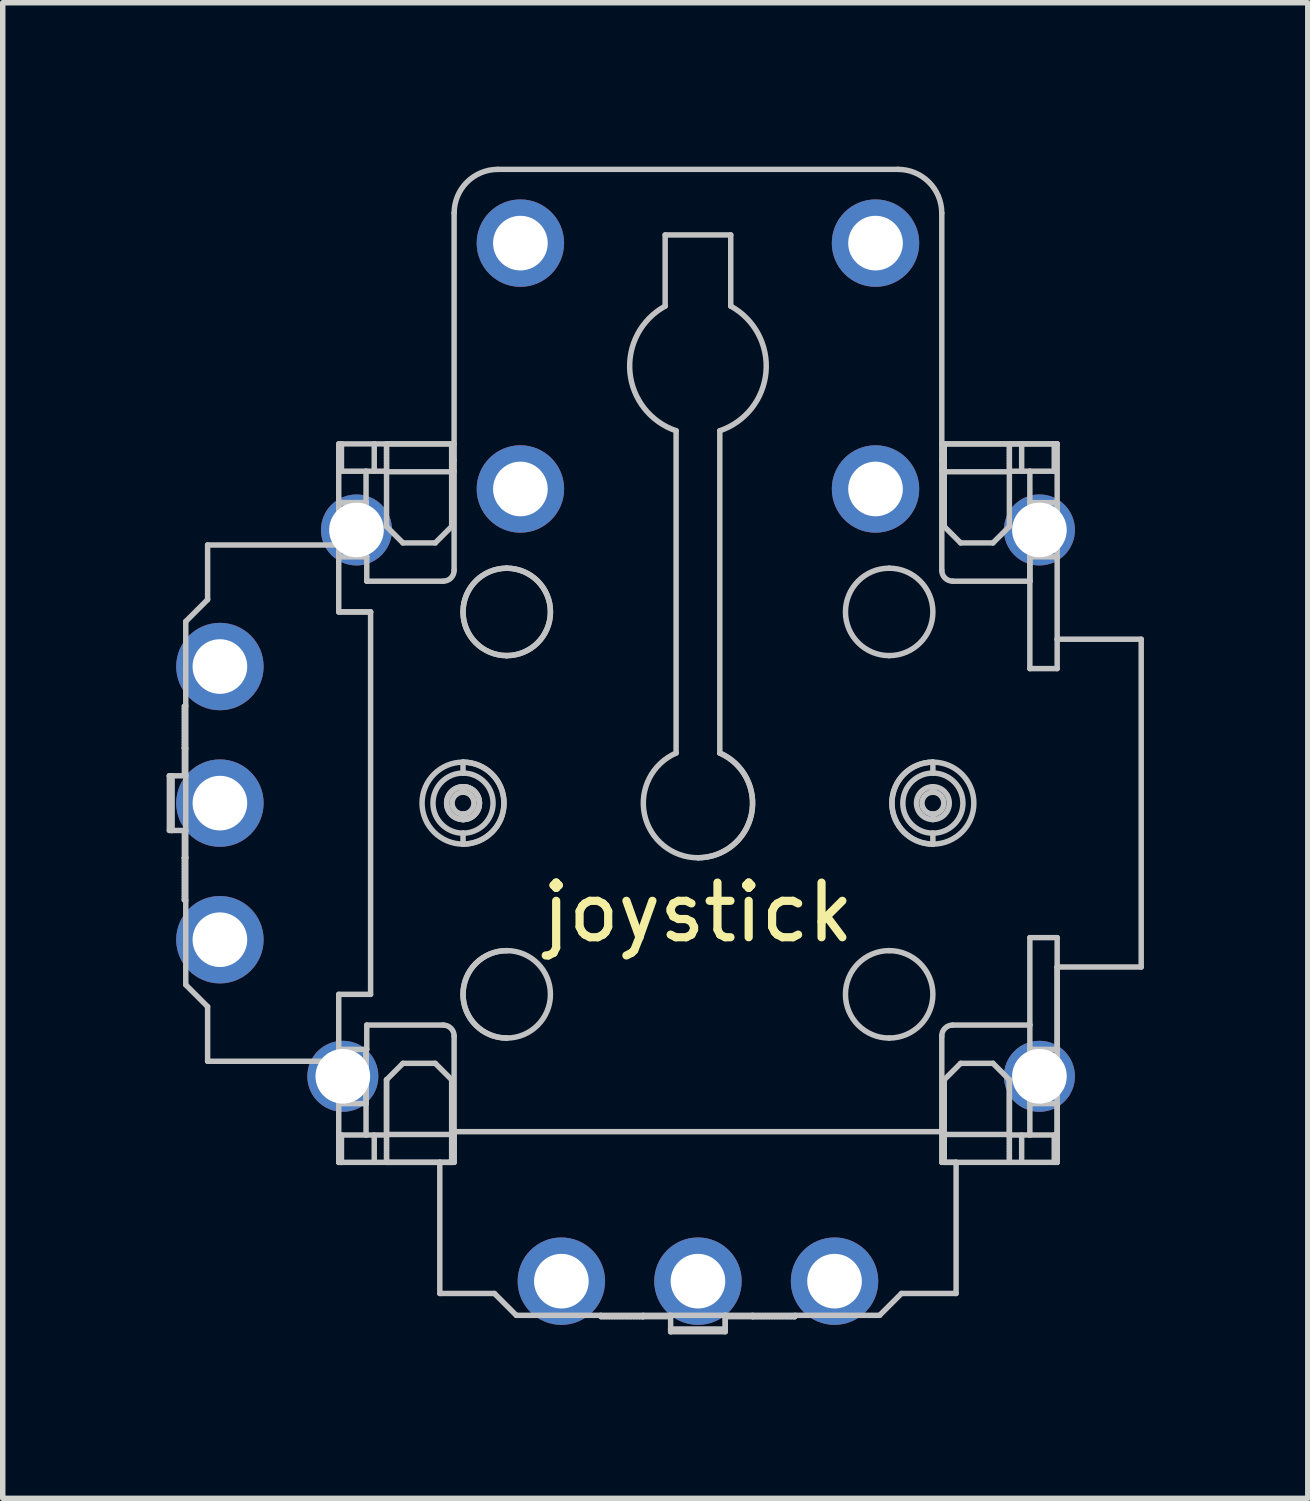
<source format=kicad_pcb>
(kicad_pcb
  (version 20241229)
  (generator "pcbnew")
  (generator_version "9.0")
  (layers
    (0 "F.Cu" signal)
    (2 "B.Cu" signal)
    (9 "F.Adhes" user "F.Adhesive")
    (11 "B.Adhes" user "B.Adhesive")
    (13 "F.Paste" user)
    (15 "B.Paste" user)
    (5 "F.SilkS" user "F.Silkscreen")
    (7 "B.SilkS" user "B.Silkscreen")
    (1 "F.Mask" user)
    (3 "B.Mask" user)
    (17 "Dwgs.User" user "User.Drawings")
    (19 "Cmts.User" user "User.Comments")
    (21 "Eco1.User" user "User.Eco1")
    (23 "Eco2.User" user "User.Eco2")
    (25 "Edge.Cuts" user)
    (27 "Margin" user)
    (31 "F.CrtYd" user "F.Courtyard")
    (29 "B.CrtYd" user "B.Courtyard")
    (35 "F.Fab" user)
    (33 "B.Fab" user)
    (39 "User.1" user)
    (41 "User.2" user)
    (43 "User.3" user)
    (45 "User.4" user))
  (footprint "joystick"
    (layer "F.Cu")
    (at 9.725 11.65)
    (property "Reference" "joystick" (at 0 2 0) (layer "F.SilkS") (effects (font (size 1 1) (thickness 0.15))))
    (attr through_hole)
    (fp_line (start -9.675 -0.5) (end -9.675 0.5) (stroke (width 0.1) (type solid)) (layer "Dwgs.User"))
    (fp_line (start -9.675 0.5) (end -9.625 0.5) (stroke (width 0.1) (type solid)) (layer "Dwgs.User"))
    (fp_line (start -9.675 -0.5) (end -9.675 -0.5) (stroke (width 0.1) (type solid)) (layer "Dwgs.User"))
    (fp_line (start -9.625 0.5) (end -9.625 0.5) (stroke (width 0.1) (type solid)) (layer "Dwgs.User"))
    (fp_line (start -9.625 -0.5) (end -9.675 -0.5) (stroke (width 0.1) (type solid)) (layer "Dwgs.User"))
    (fp_line (start -9.625 0.5) (end -9.625 -0.5) (stroke (width 0.1) (type solid)) (layer "Dwgs.User"))
    (fp_line (start -9.4 -1.773) (end -9.4 -1.723) (stroke (width 0.1) (type solid)) (layer "Dwgs.User"))
    (fp_line (start -9.4 -1.773) (end -9.375 -1.78) (stroke (width 0.1) (type solid)) (layer "Dwgs.User"))
    (fp_line (start -9.4 -1.723) (end -9.4 -1.673) (stroke (width 0.1) (type solid)) (layer "Dwgs.User"))
    (fp_line (start -9.4 -1.673) (end -9.4 -1.623) (stroke (width 0.1) (type solid)) (layer "Dwgs.User"))
    (fp_line (start -9.4 -1.623) (end -9.4 -1.573) (stroke (width 0.1) (type solid)) (layer "Dwgs.User"))
    (fp_line (start -9.4 -1.573) (end -9.4 -1.523) (stroke (width 0.1) (type solid)) (layer "Dwgs.User"))
    (fp_line (start -9.4 -1.523) (end -9.4 -1.473) (stroke (width 0.1) (type solid)) (layer "Dwgs.User"))
    (fp_line (start -9.4 -1.473) (end -9.4 -1.423) (stroke (width 0.1) (type solid)) (layer "Dwgs.User"))
    (fp_line (start -9.4 -1.423) (end -9.4 -1.373) (stroke (width 0.1) (type solid)) (layer "Dwgs.User"))
    (fp_line (start -9.4 -1.373) (end -9.4 -1.323) (stroke (width 0.1) (type solid)) (layer "Dwgs.User"))
    (fp_line (start -9.4 -1.323) (end -9.4 -1.273) (stroke (width 0.1) (type solid)) (layer "Dwgs.User"))
    (fp_line (start -9.4 -1.273) (end -9.4 -1.223) (stroke (width 0.1) (type solid)) (layer "Dwgs.User"))
    (fp_line (start -9.4 -1.223) (end -9.4 -1.173) (stroke (width 0.1) (type solid)) (layer "Dwgs.User"))
    (fp_line (start -9.4 -1.173) (end -9.4 -1.123) (stroke (width 0.1) (type solid)) (layer "Dwgs.User"))
    (fp_line (start -9.4 -1.123) (end -9.4 -1.073) (stroke (width 0.1) (type solid)) (layer "Dwgs.User"))
    (fp_line (start -9.4 -1.073) (end -9.4 -1.023) (stroke (width 0.1) (type solid)) (layer "Dwgs.User"))
    (fp_line (start -9.4 -1.023) (end -9.4 -1.005) (stroke (width 0.1) (type solid)) (layer "Dwgs.User"))
    (fp_line (start -9.4 -1.005) (end -9.4 -0.51) (stroke (width 0.1) (type solid)) (layer "Dwgs.User"))
    (fp_line (start -9.4 -1.005) (end -9.375 -0.999) (stroke (width 0.1) (type solid)) (layer "Dwgs.User"))
    (fp_line (start -9.4 -0.51) (end -9.4 -0.5) (stroke (width 0.1) (type solid)) (layer "Dwgs.User"))
    (fp_line (start -9.4 0.5) (end -9.4 1.005) (stroke (width 0.1) (type solid)) (layer "Dwgs.User"))
    (fp_line (start -9.4 0.5) (end -9.375 0.5) (stroke (width 0.1) (type solid)) (layer "Dwgs.User"))
    (fp_line (start -9.4 1.005) (end -9.4 1.055) (stroke (width 0.1) (type solid)) (layer "Dwgs.User"))
    (fp_line (start -9.4 1.055) (end -9.4 1.105) (stroke (width 0.1) (type solid)) (layer "Dwgs.User"))
    (fp_line (start -9.4 1.105) (end -9.4 1.155) (stroke (width 0.1) (type solid)) (layer "Dwgs.User"))
    (fp_line (start -9.4 1.155) (end -9.4 1.205) (stroke (width 0.1) (type solid)) (layer "Dwgs.User"))
    (fp_line (start -9.4 1.205) (end -9.4 1.255) (stroke (width 0.1) (type solid)) (layer "Dwgs.User"))
    (fp_line (start -9.4 1.255) (end -9.4 1.305) (stroke (width 0.1) (type solid)) (layer "Dwgs.User"))
    (fp_line (start -9.4 1.305) (end -9.4 1.355) (stroke (width 0.1) (type solid)) (layer "Dwgs.User"))
    (fp_line (start -9.4 1.355) (end -9.4 1.405) (stroke (width 0.1) (type solid)) (layer "Dwgs.User"))
    (fp_line (start -9.4 1.405) (end -9.4 1.455) (stroke (width 0.1) (type solid)) (layer "Dwgs.User"))
    (fp_line (start -9.4 1.455) (end -9.4 1.505) (stroke (width 0.1) (type solid)) (layer "Dwgs.User"))
    (fp_line (start -9.4 1.505) (end -9.4 1.555) (stroke (width 0.1) (type solid)) (layer "Dwgs.User"))
    (fp_line (start -9.4 1.555) (end -9.4 1.605) (stroke (width 0.1) (type solid)) (layer "Dwgs.User"))
    (fp_line (start -9.4 1.605) (end -9.4 1.655) (stroke (width 0.1) (type solid)) (layer "Dwgs.User"))
    (fp_line (start -9.4 1.655) (end -9.4 1.705) (stroke (width 0.1) (type solid)) (layer "Dwgs.User"))
    (fp_line (start -9.4 1.705) (end -9.4 1.755) (stroke (width 0.1) (type solid)) (layer "Dwgs.User"))
    (fp_line (start -9.4 1.755) (end -9.4 1.773) (stroke (width 0.1) (type solid)) (layer "Dwgs.User"))
    (fp_line (start -9.4 1.773) (end -9.375 1.78) (stroke (width 0.1) (type solid)) (layer "Dwgs.User"))
    (fp_line (start -9.375 -3.325) (end -9.375 3.325) (stroke (width 0.1) (type solid)) (layer "Dwgs.User"))
    (fp_line (start -9.375 -3.325) (end -8.975 -3.725) (stroke (width 0.1) (type solid)) (layer "Dwgs.User"))
    (fp_line (start -9.375 -0.51) (end -9.4 -0.51) (stroke (width 0.1) (type solid)) (layer "Dwgs.User"))
    (fp_line (start -9.375 -0.5) (end -9.625 -0.5) (stroke (width 0.1) (type solid)) (layer "Dwgs.User"))
    (fp_line (start -9.375 0.5) (end -9.625 0.5) (stroke (width 0.1) (type solid)) (layer "Dwgs.User"))
    (fp_line (start -9.375 0.999) (end -9.4 1.005) (stroke (width 0.1) (type solid)) (layer "Dwgs.User"))
    (fp_line (start -9.375 0.999) (end -9.4 1.005) (stroke (width 0.1) (type solid)) (layer "Dwgs.User"))
    (fp_line (start -8.975 -4.725) (end -8.975 -3.725) (stroke (width 0.1) (type solid)) (layer "Dwgs.User"))
    (fp_line (start -8.975 3.725) (end -9.375 3.325) (stroke (width 0.1) (type solid)) (layer "Dwgs.User"))
    (fp_line (start -8.975 3.725) (end -8.975 4.725) (stroke (width 0.1) (type solid)) (layer "Dwgs.User"))
    (fp_line (start -8.975 4.725) (end -6.575 4.725) (stroke (width 0.1) (type solid)) (layer "Dwgs.User"))
    (fp_line (start -8.875 -2.75) (end -8.875 -2.9) (stroke (width 0.1) (type solid)) (layer "Dwgs.User"))
    (fp_line (start -8.875 -2.25) (end -8.875 -2.75) (stroke (width 0.1) (type solid)) (layer "Dwgs.User"))
    (fp_line (start -8.875 -2.1) (end -8.875 -2.9) (stroke (width 0.1) (type solid)) (layer "Dwgs.User"))
    (fp_line (start -8.875 -2.1) (end -8.875 -2.25) (stroke (width 0.1) (type solid)) (layer "Dwgs.User"))
    (fp_line (start -8.875 -0.25) (end -8.875 -0.4) (stroke (width 0.1) (type solid)) (layer "Dwgs.User"))
    (fp_line (start -8.875 0.25) (end -8.875 -0.25) (stroke (width 0.1) (type solid)) (layer "Dwgs.User"))
    (fp_line (start -8.875 0.4) (end -8.875 0.25) (stroke (width 0.1) (type solid)) (layer "Dwgs.User"))
    (fp_line (start -8.875 2.25) (end -8.875 2.1) (stroke (width 0.1) (type solid)) (layer "Dwgs.User"))
    (fp_line (start -8.875 2.75) (end -8.875 2.25) (stroke (width 0.1) (type solid)) (layer "Dwgs.User"))
    (fp_line (start -8.875 2.9) (end -8.875 2.75) (stroke (width 0.1) (type solid)) (layer "Dwgs.User"))
    (fp_line (start -8.575 -2.9) (end -8.875 -2.9) (stroke (width 0.1) (type solid)) (layer "Dwgs.User"))
    (fp_line (start -8.575 -2.75) (end -8.875 -2.75) (stroke (width 0.1) (type solid)) (layer "Dwgs.User"))
    (fp_line (start -8.575 -2.75) (end -8.575 -2.9) (stroke (width 0.1) (type solid)) (layer "Dwgs.User"))
    (fp_line (start -8.575 -2.25) (end -8.875 -2.25) (stroke (width 0.1) (type solid)) (layer "Dwgs.User"))
    (fp_line (start -8.575 -2.25) (end -8.575 -2.75) (stroke (width 0.1) (type solid)) (layer "Dwgs.User"))
    (fp_line (start -8.575 -2.25) (end -8.575 -2.75) (stroke (width 0.1) (type solid)) (layer "Dwgs.User"))
    (fp_line (start -8.575 -2.1) (end -8.875 -2.1) (stroke (width 0.1) (type solid)) (layer "Dwgs.User"))
    (fp_line (start -8.575 -2.1) (end -8.875 -2.1) (stroke (width 0.1) (type solid)) (layer "Dwgs.User"))
    (fp_line (start -8.575 -2.1) (end -8.575 -2.25) (stroke (width 0.1) (type solid)) (layer "Dwgs.User"))
    (fp_line (start -8.575 -0.4) (end -8.875 -0.4) (stroke (width 0.1) (type solid)) (layer "Dwgs.User"))
    (fp_line (start -8.575 -0.25) (end -8.875 -0.25) (stroke (width 0.1) (type solid)) (layer "Dwgs.User"))
    (fp_line (start -8.575 -0.25) (end -8.575 -0.4) (stroke (width 0.1) (type solid)) (layer "Dwgs.User"))
    (fp_line (start -8.575 0.25) (end -8.875 0.25) (stroke (width 0.1) (type solid)) (layer "Dwgs.User"))
    (fp_line (start -8.575 0.25) (end -8.875 0.25) (stroke (width 0.1) (type solid)) (layer "Dwgs.User"))
    (fp_line (start -8.575 0.25) (end -8.575 -0.25) (stroke (width 0.1) (type solid)) (layer "Dwgs.User"))
    (fp_line (start -8.575 0.25) (end -8.575 -0.25) (stroke (width 0.1) (type solid)) (layer "Dwgs.User"))
    (fp_line (start -8.575 0.4) (end -8.875 0.4) (stroke (width 0.1) (type solid)) (layer "Dwgs.User"))
    (fp_line (start -8.575 0.4) (end -8.875 0.4) (stroke (width 0.1) (type solid)) (layer "Dwgs.User"))
    (fp_line (start -8.575 0.4) (end -8.575 0.25) (stroke (width 0.1) (type solid)) (layer "Dwgs.User"))
    (fp_line (start -8.575 2.1) (end -8.875 2.1) (stroke (width 0.1) (type solid)) (layer "Dwgs.User"))
    (fp_line (start -8.575 2.25) (end -8.875 2.25) (stroke (width 0.1) (type solid)) (layer "Dwgs.User"))
    (fp_line (start -8.575 2.25) (end -8.575 2.1) (stroke (width 0.1) (type solid)) (layer "Dwgs.User"))
    (fp_line (start -8.575 2.75) (end -8.875 2.75) (stroke (width 0.1) (type solid)) (layer "Dwgs.User"))
    (fp_line (start -8.575 2.75) (end -8.875 2.75) (stroke (width 0.1) (type solid)) (layer "Dwgs.User"))
    (fp_line (start -8.575 2.75) (end -8.575 2.25) (stroke (width 0.1) (type solid)) (layer "Dwgs.User"))
    (fp_line (start -8.575 2.75) (end -8.575 2.25) (stroke (width 0.1) (type solid)) (layer "Dwgs.User"))
    (fp_line (start -8.575 2.9) (end -8.875 2.9) (stroke (width 0.1) (type solid)) (layer "Dwgs.User"))
    (fp_line (start -8.575 2.9) (end -8.875 2.9) (stroke (width 0.1) (type solid)) (layer "Dwgs.User"))
    (fp_line (start -8.575 2.9) (end -8.575 2.75) (stroke (width 0.1) (type solid)) (layer "Dwgs.User"))
    (fp_line (start -6.575 -6.575) (end -6.575 -5.5) (stroke (width 0.1) (type solid)) (layer "Dwgs.User"))
    (fp_line (start -6.575 -5.5) (end -6.575 -5.2) (stroke (width 0.1) (type solid)) (layer "Dwgs.User"))
    (fp_line (start -6.575 -5.5) (end -6.575 -4.725) (stroke (width 0.1) (type solid)) (layer "Dwgs.User"))
    (fp_line (start -6.575 -5.5) (end -6.075 -5.5) (stroke (width 0.1) (type solid)) (layer "Dwgs.User"))
    (fp_line (start -6.575 -5.2) (end -6.575 -4.808) (stroke (width 0.1) (type solid)) (layer "Dwgs.User"))
    (fp_line (start -6.575 -4.808) (end -6.575 -4.508) (stroke (width 0.1) (type solid)) (layer "Dwgs.User"))
    (fp_line (start -6.575 -4.725) (end -8.975 -4.725) (stroke (width 0.1) (type solid)) (layer "Dwgs.User"))
    (fp_line (start -6.575 -4.508) (end -6.575 -4.725) (stroke (width 0.1) (type solid)) (layer "Dwgs.User"))
    (fp_line (start -6.575 -3.5) (end -6.575 -4.508) (stroke (width 0.1) (type solid)) (layer "Dwgs.User"))
    (fp_line (start -6.575 -3.5) (end -5.992 -3.5) (stroke (width 0.1) (type solid)) (layer "Dwgs.User"))
    (fp_line (start -6.575 3.5) (end -5.992 3.5) (stroke (width 0.1) (type solid)) (layer "Dwgs.User"))
    (fp_line (start -6.575 4.508) (end -6.575 3.5) (stroke (width 0.1) (type solid)) (layer "Dwgs.User"))
    (fp_line (start -6.575 4.508) (end -6.575 4.808) (stroke (width 0.1) (type solid)) (layer "Dwgs.User"))
    (fp_line (start -6.575 4.808) (end -6.575 5.2) (stroke (width 0.1) (type solid)) (layer "Dwgs.User"))
    (fp_line (start -6.575 5.2) (end -6.575 5.5) (stroke (width 0.1) (type solid)) (layer "Dwgs.User"))
    (fp_line (start -6.575 5.5) (end -6.575 6.575) (stroke (width 0.1) (type solid)) (layer "Dwgs.User"))
    (fp_line (start -6.575 6.575) (end -6.525 6.575) (stroke (width 0.1) (type solid)) (layer "Dwgs.User"))
    (fp_line (start -6.575 6.575) (end -6.525 6.575) (stroke (width 0.1) (type solid)) (layer "Dwgs.User"))
    (fp_line (start -6.525 -6.575) (end -6.575 -6.575) (stroke (width 0.1) (type solid)) (layer "Dwgs.User"))
    (fp_line (start -6.525 -6.575) (end -5.925 -6.575) (stroke (width 0.1) (type solid)) (layer "Dwgs.User"))
    (fp_line (start -6.525 -6.075) (end -6.525 -6.575) (stroke (width 0.1) (type solid)) (layer "Dwgs.User"))
    (fp_line (start -6.525 -6.075) (end -6.075 -6.075) (stroke (width 0.1) (type solid)) (layer "Dwgs.User"))
    (fp_line (start -6.525 6.075) (end -6.525 6.575) (stroke (width 0.1) (type solid)) (layer "Dwgs.User"))
    (fp_line (start -6.075 -6.075) (end -6.075 -5.5) (stroke (width 0.1) (type solid)) (layer "Dwgs.User"))
    (fp_line (start -6.075 -6.075) (end -5.7 -6.075) (stroke (width 0.1) (type solid)) (layer "Dwgs.User"))
    (fp_line (start -6.075 -5.5) (end -6.575 -5.5) (stroke (width 0.1) (type solid)) (layer "Dwgs.User"))
    (fp_line (start -6.075 -5.5) (end -6.075 -5.2) (stroke (width 0.1) (type solid)) (layer "Dwgs.User"))
    (fp_line (start -6.075 -5.2) (end -6.575 -5.2) (stroke (width 0.1) (type solid)) (layer "Dwgs.User"))
    (fp_line (start -6.075 -5.2) (end -6.075 -4.808) (stroke (width 0.1) (type solid)) (layer "Dwgs.User"))
    (fp_line (start -6.075 -4.808) (end -6.575 -4.808) (stroke (width 0.1) (type solid)) (layer "Dwgs.User"))
    (fp_line (start -6.075 -4.808) (end -6.075 -4.508) (stroke (width 0.1) (type solid)) (layer "Dwgs.User"))
    (fp_line (start -6.075 -4.508) (end -6.575 -4.508) (stroke (width 0.1) (type solid)) (layer "Dwgs.User"))
    (fp_line (start -6.075 -4.508) (end -6.062 -4.508) (stroke (width 0.1) (type solid)) (layer "Dwgs.User"))
    (fp_line (start -6.075 4.508) (end -6.575 4.508) (stroke (width 0.1) (type solid)) (layer "Dwgs.User"))
    (fp_line (start -6.075 4.508) (end -6.075 4.808) (stroke (width 0.1) (type solid)) (layer "Dwgs.User"))
    (fp_line (start -6.075 4.508) (end -6.075 5.5) (stroke (width 0.1) (type solid)) (layer "Dwgs.User"))
    (fp_line (start -6.075 4.808) (end -6.575 4.808) (stroke (width 0.1) (type solid)) (layer "Dwgs.User"))
    (fp_line (start -6.075 4.808) (end -6.075 5.2) (stroke (width 0.1) (type solid)) (layer "Dwgs.User"))
    (fp_line (start -6.075 5.2) (end -6.575 5.2) (stroke (width 0.1) (type solid)) (layer "Dwgs.User"))
    (fp_line (start -6.075 5.2) (end -6.075 5.5) (stroke (width 0.1) (type solid)) (layer "Dwgs.User"))
    (fp_line (start -6.075 5.5) (end -6.575 5.5) (stroke (width 0.1) (type solid)) (layer "Dwgs.User"))
    (fp_line (start -6.075 5.5) (end -6.075 6.075) (stroke (width 0.1) (type solid)) (layer "Dwgs.User"))
    (fp_line (start -6.075 6.075) (end -6.525 6.075) (stroke (width 0.1) (type solid)) (layer "Dwgs.User"))
    (fp_line (start -6.075 6.075) (end -5.7 6.075) (stroke (width 0.1) (type solid)) (layer "Dwgs.User"))
    (fp_line (start -6.062 -4.062) (end -6.062 -4.508) (stroke (width 0.1) (type solid)) (layer "Dwgs.User"))
    (fp_line (start -6.062 4.062) (end -4.662 4.062) (stroke (width 0.1) (type solid)) (layer "Dwgs.User"))
    (fp_line (start -6.062 4.508) (end -6.075 4.508) (stroke (width 0.1) (type solid)) (layer "Dwgs.User"))
    (fp_line (start -6.062 4.508) (end -6.062 4.062) (stroke (width 0.1) (type solid)) (layer "Dwgs.User"))
    (fp_line (start -5.992 -3.5) (end -6.575 -3.5) (stroke (width 0.1) (type solid)) (layer "Dwgs.User"))
    (fp_line (start -5.992 3.5) (end -5.992 -3.5) (stroke (width 0.1) (type solid)) (layer "Dwgs.User"))
    (fp_line (start -5.925 -6.575) (end -5.7 -6.575) (stroke (width 0.1) (type solid)) (layer "Dwgs.User"))
    (fp_line (start -5.925 -6.075) (end -5.925 -6.575) (stroke (width 0.1) (type solid)) (layer "Dwgs.User"))
    (fp_line (start -5.925 6.075) (end -5.925 6.575) (stroke (width 0.1) (type solid)) (layer "Dwgs.User"))
    (fp_line (start -5.925 6.575) (end -6.525 6.575) (stroke (width 0.1) (type solid)) (layer "Dwgs.User"))
    (fp_line (start -5.7 -6.575) (end -5.7 -6.525) (stroke (width 0.1) (type solid)) (layer "Dwgs.User"))
    (fp_line (start -5.7 -6.575) (end -4.508 -6.575) (stroke (width 0.1) (type solid)) (layer "Dwgs.User"))
    (fp_line (start -5.7 -6.575) (end -4.508 -6.575) (stroke (width 0.1) (type solid)) (layer "Dwgs.User"))
    (fp_line (start -5.7 -6.525) (end -5.7 -6.475) (stroke (width 0.1) (type solid)) (layer "Dwgs.User"))
    (fp_line (start -5.7 -6.475) (end -5.7 -6.425) (stroke (width 0.1) (type solid)) (layer "Dwgs.User"))
    (fp_line (start -5.7 -6.425) (end -5.7 -6.375) (stroke (width 0.1) (type solid)) (layer "Dwgs.User"))
    (fp_line (start -5.7 -6.375) (end -5.7 -6.325) (stroke (width 0.1) (type solid)) (layer "Dwgs.User"))
    (fp_line (start -5.7 -6.325) (end -5.7 -6.275) (stroke (width 0.1) (type solid)) (layer "Dwgs.User"))
    (fp_line (start -5.7 -6.275) (end -5.7 -6.225) (stroke (width 0.1) (type solid)) (layer "Dwgs.User"))
    (fp_line (start -5.7 -6.225) (end -5.7 -6.175) (stroke (width 0.1) (type solid)) (layer "Dwgs.User"))
    (fp_line (start -5.7 -6.175) (end -5.7 -6.125) (stroke (width 0.1) (type solid)) (layer "Dwgs.User"))
    (fp_line (start -5.7 -6.125) (end -5.7 -6.075) (stroke (width 0.1) (type solid)) (layer "Dwgs.User"))
    (fp_line (start -5.7 -6.075) (end -5.7 -6.065) (stroke (width 0.1) (type solid)) (layer "Dwgs.User"))
    (fp_line (start -5.7 -6.065) (end -5.7 -5.063) (stroke (width 0.1) (type solid)) (layer "Dwgs.User"))
    (fp_line (start -5.7 -6.065) (end -4.508 -6.065) (stroke (width 0.1) (type solid)) (layer "Dwgs.User"))
    (fp_line (start -5.7 -5.063) (end -5.4 -4.763) (stroke (width 0.1) (type solid)) (layer "Dwgs.User"))
    (fp_line (start -5.7 5.063) (end -5.7 6.065) (stroke (width 0.1) (type solid)) (layer "Dwgs.User"))
    (fp_line (start -5.7 5.063) (end -5.7 6.065) (stroke (width 0.1) (type solid)) (layer "Dwgs.User"))
    (fp_line (start -5.7 6.065) (end -5.7 6.115) (stroke (width 0.1) (type solid)) (layer "Dwgs.User"))
    (fp_line (start -5.7 6.115) (end -5.7 6.165) (stroke (width 0.1) (type solid)) (layer "Dwgs.User"))
    (fp_line (start -5.7 6.165) (end -5.7 6.215) (stroke (width 0.1) (type solid)) (layer "Dwgs.User"))
    (fp_line (start -5.7 6.215) (end -5.7 6.265) (stroke (width 0.1) (type solid)) (layer "Dwgs.User"))
    (fp_line (start -5.7 6.265) (end -5.7 6.315) (stroke (width 0.1) (type solid)) (layer "Dwgs.User"))
    (fp_line (start -5.7 6.315) (end -5.7 6.365) (stroke (width 0.1) (type solid)) (layer "Dwgs.User"))
    (fp_line (start -5.7 6.365) (end -5.7 6.415) (stroke (width 0.1) (type solid)) (layer "Dwgs.User"))
    (fp_line (start -5.7 6.415) (end -5.7 6.465) (stroke (width 0.1) (type solid)) (layer "Dwgs.User"))
    (fp_line (start -5.7 6.465) (end -5.7 6.515) (stroke (width 0.1) (type solid)) (layer "Dwgs.User"))
    (fp_line (start -5.7 6.515) (end -5.7 6.565) (stroke (width 0.1) (type solid)) (layer "Dwgs.User"))
    (fp_line (start -5.7 6.565) (end -5.7 6.575) (stroke (width 0.1) (type solid)) (layer "Dwgs.User"))
    (fp_line (start -5.7 6.575) (end -5.925 6.575) (stroke (width 0.1) (type solid)) (layer "Dwgs.User"))
    (fp_line (start -5.7 6.575) (end -4.725 6.575) (stroke (width 0.1) (type solid)) (layer "Dwgs.User"))
    (fp_line (start -5.4 -4.763) (end -4.808 -4.763) (stroke (width 0.1) (type solid)) (layer "Dwgs.User"))
    (fp_line (start -5.4 4.763) (end -5.7 5.063) (stroke (width 0.1) (type solid)) (layer "Dwgs.User"))
    (fp_line (start -4.808 -4.763) (end -4.508 -5.063) (stroke (width 0.1) (type solid)) (layer "Dwgs.User"))
    (fp_line (start -4.808 4.763) (end -5.4 4.763) (stroke (width 0.1) (type solid)) (layer "Dwgs.User"))
    (fp_line (start -4.725 6.575) (end -5.7 6.575) (stroke (width 0.1) (type solid)) (layer "Dwgs.User"))
    (fp_line (start -4.725 6.575) (end -4.725 8.975) (stroke (width 0.1) (type solid)) (layer "Dwgs.User"))
    (fp_line (start -4.725 8.975) (end -3.725 8.975) (stroke (width 0.1) (type solid)) (layer "Dwgs.User"))
    (fp_line (start -4.662 -4.062) (end -6.062 -4.062) (stroke (width 0.1) (type solid)) (layer "Dwgs.User"))
    (fp_line (start -4.508 -6.575) (end -4.463 -6.575) (stroke (width 0.1) (type solid)) (layer "Dwgs.User"))
    (fp_line (start -4.508 -6.565) (end -4.508 -6.575) (stroke (width 0.1) (type solid)) (layer "Dwgs.User"))
    (fp_line (start -4.508 -6.515) (end -4.508 -6.565) (stroke (width 0.1) (type solid)) (layer "Dwgs.User"))
    (fp_line (start -4.508 -6.465) (end -4.508 -6.515) (stroke (width 0.1) (type solid)) (layer "Dwgs.User"))
    (fp_line (start -4.508 -6.415) (end -4.508 -6.465) (stroke (width 0.1) (type solid)) (layer "Dwgs.User"))
    (fp_line (start -4.508 -6.365) (end -4.508 -6.415) (stroke (width 0.1) (type solid)) (layer "Dwgs.User"))
    (fp_line (start -4.508 -6.315) (end -4.508 -6.365) (stroke (width 0.1) (type solid)) (layer "Dwgs.User"))
    (fp_line (start -4.508 -6.265) (end -4.508 -6.315) (stroke (width 0.1) (type solid)) (layer "Dwgs.User"))
    (fp_line (start -4.508 -6.215) (end -4.508 -6.265) (stroke (width 0.1) (type solid)) (layer "Dwgs.User"))
    (fp_line (start -4.508 -6.165) (end -4.508 -6.215) (stroke (width 0.1) (type solid)) (layer "Dwgs.User"))
    (fp_line (start -4.508 -6.115) (end -4.508 -6.165) (stroke (width 0.1) (type solid)) (layer "Dwgs.User"))
    (fp_line (start -4.508 -6.075) (end -4.463 -6.075) (stroke (width 0.1) (type solid)) (layer "Dwgs.User"))
    (fp_line (start -4.508 -6.065) (end -4.508 -6.115) (stroke (width 0.1) (type solid)) (layer "Dwgs.User"))
    (fp_line (start -4.508 -5.063) (end -4.508 -6.065) (stroke (width 0.1) (type solid)) (layer "Dwgs.User"))
    (fp_line (start -4.508 5.063) (end -4.808 4.763) (stroke (width 0.1) (type solid)) (layer "Dwgs.User"))
    (fp_line (start -4.508 6.065) (end -5.7 6.065) (stroke (width 0.1) (type solid)) (layer "Dwgs.User"))
    (fp_line (start -4.508 6.065) (end -4.508 5.063) (stroke (width 0.1) (type solid)) (layer "Dwgs.User"))
    (fp_line (start -4.508 6.075) (end -4.508 6.065) (stroke (width 0.1) (type solid)) (layer "Dwgs.User"))
    (fp_line (start -4.508 6.125) (end -4.508 6.075) (stroke (width 0.1) (type solid)) (layer "Dwgs.User"))
    (fp_line (start -4.508 6.175) (end -4.508 6.125) (stroke (width 0.1) (type solid)) (layer "Dwgs.User"))
    (fp_line (start -4.508 6.225) (end -4.508 6.175) (stroke (width 0.1) (type solid)) (layer "Dwgs.User"))
    (fp_line (start -4.508 6.275) (end -4.508 6.225) (stroke (width 0.1) (type solid)) (layer "Dwgs.User"))
    (fp_line (start -4.508 6.325) (end -4.508 6.275) (stroke (width 0.1) (type solid)) (layer "Dwgs.User"))
    (fp_line (start -4.508 6.375) (end -4.508 6.325) (stroke (width 0.1) (type solid)) (layer "Dwgs.User"))
    (fp_line (start -4.508 6.425) (end -4.508 6.375) (stroke (width 0.1) (type solid)) (layer "Dwgs.User"))
    (fp_line (start -4.508 6.475) (end -4.508 6.425) (stroke (width 0.1) (type solid)) (layer "Dwgs.User"))
    (fp_line (start -4.508 6.525) (end -4.508 6.475) (stroke (width 0.1) (type solid)) (layer "Dwgs.User"))
    (fp_line (start -4.508 6.575) (end -4.508 6.525) (stroke (width 0.1) (type solid)) (layer "Dwgs.User"))
    (fp_line (start -4.508 6.575) (end -4.725 6.575) (stroke (width 0.1) (type solid)) (layer "Dwgs.User"))
    (fp_line (start -4.508 6.575) (end -4.55 6.575) (stroke (width 0.1) (type solid)) (layer "Dwgs.User"))
    (fp_line (start -4.508 6.575) (end -4.508 6.575) (stroke (width 0.1) (type solid)) (layer "Dwgs.User"))
    (fp_line (start -4.463 -6.275) (end -4.508 -6.275) (stroke (width 0.1) (type solid)) (layer "Dwgs.User"))
    (fp_line (start -4.463 -4.263) (end -4.463 -10.8) (stroke (width 0.1) (type solid)) (layer "Dwgs.User"))
    (fp_line (start -4.463 4.263) (end -4.463 6.013) (stroke (width 0.1) (type solid)) (layer "Dwgs.User"))
    (fp_line (start -4.463 6.013) (end -4.463 6.575) (stroke (width 0.1) (type solid)) (layer "Dwgs.User"))
    (fp_line (start -4.463 6.013) (end -4.463 6.575) (stroke (width 0.1) (type solid)) (layer "Dwgs.User"))
    (fp_line (start -4.463 6.575) (end -4.725 6.575) (stroke (width 0.1) (type solid)) (layer "Dwgs.User"))
    (fp_line (start -4.3 -0.55) (end -4.3 -0.75) (stroke (width 0.1) (type solid)) (layer "Dwgs.User"))
    (fp_line (start -4.3 -0.25) (end -4.3 -0.3) (stroke (width 0.1) (type solid)) (layer "Dwgs.User"))
    (fp_line (start -4.3 -0.2) (end -4.3 -0.25) (stroke (width 0.1) (type solid)) (layer "Dwgs.User"))
    (fp_line (start -4.3 0.2) (end -4.3 0.25) (stroke (width 0.1) (type solid)) (layer "Dwgs.User"))
    (fp_line (start -4.3 0.25) (end -4.3 0.3) (stroke (width 0.1) (type solid)) (layer "Dwgs.User"))
    (fp_line (start -4.3 0.55) (end -4.3 0.75) (stroke (width 0.1) (type solid)) (layer "Dwgs.User"))
    (fp_line (start -3.35 -10.257) (end -3.35 -10.307) (stroke (width 0.1) (type solid)) (layer "Dwgs.User"))
    (fp_line (start -3.35 -5.757) (end -3.35 -5.807) (stroke (width 0.1) (type solid)) (layer "Dwgs.User"))
    (fp_line (start -3.35 -10.207) (end -3.35 -10.257) (stroke (width 0.1) (type solid)) (layer "Dwgs.User"))
    (fp_line (start -3.35 -5.707) (end -3.35 -5.757) (stroke (width 0.1) (type solid)) (layer "Dwgs.User"))
    (fp_line (start -3.35 -10.307) (end -3.349 -10.357) (stroke (width 0.1) (type solid)) (layer "Dwgs.User"))
    (fp_line (start -3.35 -5.807) (end -3.349 -5.857) (stroke (width 0.1) (type solid)) (layer "Dwgs.User"))
    (fp_line (start -3.349 -10.157) (end -3.35 -10.207) (stroke (width 0.1) (type solid)) (layer "Dwgs.User"))
    (fp_line (start -3.349 -5.657) (end -3.35 -5.707) (stroke (width 0.1) (type solid)) (layer "Dwgs.User"))
    (fp_line (start -3.349 -10.357) (end -3.346 -10.407) (stroke (width 0.1) (type solid)) (layer "Dwgs.User"))
    (fp_line (start -3.349 -5.857) (end -3.346 -5.907) (stroke (width 0.1) (type solid)) (layer "Dwgs.User"))
    (fp_line (start -3.347 -10.107) (end -3.349 -10.157) (stroke (width 0.1) (type solid)) (layer "Dwgs.User"))
    (fp_line (start -3.347 -5.607) (end -3.349 -5.657) (stroke (width 0.1) (type solid)) (layer "Dwgs.User"))
    (fp_line (start -3.346 -10.407) (end -3.343 -10.442) (stroke (width 0.1) (type solid)) (layer "Dwgs.User"))
    (fp_line (start -3.346 -5.907) (end -3.343 -5.942) (stroke (width 0.1) (type solid)) (layer "Dwgs.User"))
    (fp_line (start -3.343 -10.442) (end -3.317 -10.6) (stroke (width 0.1) (type solid)) (layer "Dwgs.User"))
    (fp_line (start -3.343 -10.442) (end -3.143 -10.442) (stroke (width 0.1) (type solid)) (layer "Dwgs.User"))
    (fp_line (start -3.343 -10.058) (end -3.347 -10.107) (stroke (width 0.1) (type solid)) (layer "Dwgs.User"))
    (fp_line (start -3.343 -10.058) (end -3.143 -10.058) (stroke (width 0.1) (type solid)) (layer "Dwgs.User"))
    (fp_line (start -3.343 -5.942) (end -3.317 -6.1) (stroke (width 0.1) (type solid)) (layer "Dwgs.User"))
    (fp_line (start -3.343 -5.942) (end -3.143 -5.942) (stroke (width 0.1) (type solid)) (layer "Dwgs.User"))
    (fp_line (start -3.343 -5.558) (end -3.347 -5.607) (stroke (width 0.1) (type solid)) (layer "Dwgs.User"))
    (fp_line (start -3.343 -5.558) (end -3.143 -5.558) (stroke (width 0.1) (type solid)) (layer "Dwgs.User"))
    (fp_line (start -3.325 9.375) (end -3.725 8.975) (stroke (width 0.1) (type solid)) (layer "Dwgs.User"))
    (fp_line (start -3.325 9.375) (end 3.325 9.375) (stroke (width 0.1) (type solid)) (layer "Dwgs.User"))
    (fp_line (start -3.317 -10.6) (end -3.117 -10.6) (stroke (width 0.1) (type solid)) (layer "Dwgs.User"))
    (fp_line (start -3.317 -9.9) (end -3.343 -10.058) (stroke (width 0.1) (type solid)) (layer "Dwgs.User"))
    (fp_line (start -3.317 -9.9) (end -3.117 -9.9) (stroke (width 0.1) (type solid)) (layer "Dwgs.User"))
    (fp_line (start -3.317 -6.1) (end -3.117 -6.1) (stroke (width 0.1) (type solid)) (layer "Dwgs.User"))
    (fp_line (start -3.317 -5.4) (end -3.343 -5.558) (stroke (width 0.1) (type solid)) (layer "Dwgs.User"))
    (fp_line (start -3.317 -5.4) (end -3.117 -5.4) (stroke (width 0.1) (type solid)) (layer "Dwgs.User"))
    (fp_line (start -3.223 -10.6) (end -3.117 -10.6) (stroke (width 0.1) (type solid)) (layer "Dwgs.User"))
    (fp_line (start -3.223 -5.4) (end -3.117 -5.4) (stroke (width 0.1) (type solid)) (layer "Dwgs.User"))
    (fp_line (start -3.15 -10.243) (end -3.15 -10.193) (stroke (width 0.1) (type solid)) (layer "Dwgs.User"))
    (fp_line (start -3.15 -5.743) (end -3.15 -5.693) (stroke (width 0.1) (type solid)) (layer "Dwgs.User"))
    (fp_line (start -3.15 -10.293) (end -3.15 -10.243) (stroke (width 0.1) (type solid)) (layer "Dwgs.User"))
    (fp_line (start -3.15 -5.793) (end -3.15 -5.743) (stroke (width 0.1) (type solid)) (layer "Dwgs.User"))
    (fp_line (start -3.15 -10.193) (end -3.149 -10.143) (stroke (width 0.1) (type solid)) (layer "Dwgs.User"))
    (fp_line (start -3.15 -5.693) (end -3.149 -5.643) (stroke (width 0.1) (type solid)) (layer "Dwgs.User"))
    (fp_line (start -3.149 -10.343) (end -3.15 -10.293) (stroke (width 0.1) (type solid)) (layer "Dwgs.User"))
    (fp_line (start -3.149 -5.843) (end -3.15 -5.793) (stroke (width 0.1) (type solid)) (layer "Dwgs.User"))
    (fp_line (start -3.149 -10.143) (end -3.146 -10.093) (stroke (width 0.1) (type solid)) (layer "Dwgs.User"))
    (fp_line (start -3.149 -5.643) (end -3.146 -5.593) (stroke (width 0.1) (type solid)) (layer "Dwgs.User"))
    (fp_line (start -3.147 -10.393) (end -3.149 -10.343) (stroke (width 0.1) (type solid)) (layer "Dwgs.User"))
    (fp_line (start -3.147 -5.893) (end -3.149 -5.843) (stroke (width 0.1) (type solid)) (layer "Dwgs.User"))
    (fp_line (start -3.146 -10.093) (end -3.143 -10.058) (stroke (width 0.1) (type solid)) (layer "Dwgs.User"))
    (fp_line (start -3.146 -5.593) (end -3.143 -5.558) (stroke (width 0.1) (type solid)) (layer "Dwgs.User"))
    (fp_line (start -3.143 -10.442) (end -3.147 -10.393) (stroke (width 0.1) (type solid)) (layer "Dwgs.User"))
    (fp_line (start -3.143 -10.058) (end -3.117 -9.9) (stroke (width 0.1) (type solid)) (layer "Dwgs.User"))
    (fp_line (start -3.143 -5.942) (end -3.147 -5.893) (stroke (width 0.1) (type solid)) (layer "Dwgs.User"))
    (fp_line (start -3.143 -5.558) (end -3.117 -5.4) (stroke (width 0.1) (type solid)) (layer "Dwgs.User"))
    (fp_line (start -3.117 -10.6) (end -3.143 -10.442) (stroke (width 0.1) (type solid)) (layer "Dwgs.User"))
    (fp_line (start -3.117 -6.1) (end -3.143 -5.942) (stroke (width 0.1) (type solid)) (layer "Dwgs.User"))
    (fp_line (start -3.023 -10.6) (end -3.117 -10.6) (stroke (width 0.1) (type solid)) (layer "Dwgs.User"))
    (fp_line (start -3.023 -10.6) (end -3.023 -9.9) (stroke (width 0.1) (type solid)) (layer "Dwgs.User"))
    (fp_line (start -3.023 -9.9) (end -3.117 -9.9) (stroke (width 0.1) (type solid)) (layer "Dwgs.User"))
    (fp_line (start -3.023 -6.1) (end -3.117 -6.1) (stroke (width 0.1) (type solid)) (layer "Dwgs.User"))
    (fp_line (start -3.023 -5.4) (end -3.117 -5.4) (stroke (width 0.1) (type solid)) (layer "Dwgs.User"))
    (fp_line (start -3.023 -5.4) (end -3.023 -6.1) (stroke (width 0.1) (type solid)) (layer "Dwgs.User"))
    (fp_line (start -2.9 8.575) (end -2.9 8.875) (stroke (width 0.1) (type solid)) (layer "Dwgs.User"))
    (fp_line (start -2.75 8.575) (end -2.9 8.575) (stroke (width 0.1) (type solid)) (layer "Dwgs.User"))
    (fp_line (start -2.75 8.575) (end -2.75 8.875) (stroke (width 0.1) (type solid)) (layer "Dwgs.User"))
    (fp_line (start -2.75 8.875) (end -2.9 8.875) (stroke (width 0.1) (type solid)) (layer "Dwgs.User"))
    (fp_line (start -2.75 8.875) (end -2.9 8.875) (stroke (width 0.1) (type solid)) (layer "Dwgs.User"))
    (fp_line (start -2.25 8.575) (end -2.75 8.575) (stroke (width 0.1) (type solid)) (layer "Dwgs.User"))
    (fp_line (start -2.25 8.575) (end -2.75 8.575) (stroke (width 0.1) (type solid)) (layer "Dwgs.User"))
    (fp_line (start -2.25 8.575) (end -2.25 8.875) (stroke (width 0.1) (type solid)) (layer "Dwgs.User"))
    (fp_line (start -2.25 8.575) (end -2.25 8.875) (stroke (width 0.1) (type solid)) (layer "Dwgs.User"))
    (fp_line (start -2.25 8.875) (end -2.75 8.875) (stroke (width 0.1) (type solid)) (layer "Dwgs.User"))
    (fp_line (start -2.1 8.575) (end -2.25 8.575) (stroke (width 0.1) (type solid)) (layer "Dwgs.User"))
    (fp_line (start -2.1 8.575) (end -2.1 8.875) (stroke (width 0.1) (type solid)) (layer "Dwgs.User"))
    (fp_line (start -2.1 8.875) (end -2.25 8.875) (stroke (width 0.1) (type solid)) (layer "Dwgs.User"))
    (fp_line (start -1.773 9.4) (end -1.78 9.375) (stroke (width 0.1) (type solid)) (layer "Dwgs.User"))
    (fp_line (start -1.773 9.4) (end -1.723 9.4) (stroke (width 0.1) (type solid)) (layer "Dwgs.User"))
    (fp_line (start -1.723 9.4) (end -1.673 9.4) (stroke (width 0.1) (type solid)) (layer "Dwgs.User"))
    (fp_line (start -1.673 9.4) (end -1.623 9.4) (stroke (width 0.1) (type solid)) (layer "Dwgs.User"))
    (fp_line (start -1.623 9.4) (end -1.573 9.4) (stroke (width 0.1) (type solid)) (layer "Dwgs.User"))
    (fp_line (start -1.573 9.4) (end -1.523 9.4) (stroke (width 0.1) (type solid)) (layer "Dwgs.User"))
    (fp_line (start -1.523 9.4) (end -1.473 9.4) (stroke (width 0.1) (type solid)) (layer "Dwgs.User"))
    (fp_line (start -1.473 9.4) (end -1.423 9.4) (stroke (width 0.1) (type solid)) (layer "Dwgs.User"))
    (fp_line (start -1.423 9.4) (end -1.373 9.4) (stroke (width 0.1) (type solid)) (layer "Dwgs.User"))
    (fp_line (start -1.373 9.4) (end -1.323 9.4) (stroke (width 0.1) (type solid)) (layer "Dwgs.User"))
    (fp_line (start -1.323 9.4) (end -1.273 9.4) (stroke (width 0.1) (type solid)) (layer "Dwgs.User"))
    (fp_line (start -1.273 9.4) (end -1.223 9.4) (stroke (width 0.1) (type solid)) (layer "Dwgs.User"))
    (fp_line (start -1.223 9.4) (end -1.173 9.4) (stroke (width 0.1) (type solid)) (layer "Dwgs.User"))
    (fp_line (start -1.173 9.4) (end -1.123 9.4) (stroke (width 0.1) (type solid)) (layer "Dwgs.User"))
    (fp_line (start -1.123 9.4) (end -1.073 9.4) (stroke (width 0.1) (type solid)) (layer "Dwgs.User"))
    (fp_line (start -1.073 9.4) (end -1.023 9.4) (stroke (width 0.1) (type solid)) (layer "Dwgs.User"))
    (fp_line (start -1.023 9.4) (end -1.005 9.4) (stroke (width 0.1) (type solid)) (layer "Dwgs.User"))
    (fp_line (start -1.005 9.4) (end -0.999 9.375) (stroke (width 0.1) (type solid)) (layer "Dwgs.User"))
    (fp_line (start -1.005 9.4) (end -0.51 9.4) (stroke (width 0.1) (type solid)) (layer "Dwgs.User"))
    (fp_line (start -0.6 -10.4) (end 0.6 -10.4) (stroke (width 0.1) (type solid)) (layer "Dwgs.User"))
    (fp_line (start -0.6 -9.097) (end -0.6 -10.4) (stroke (width 0.1) (type solid)) (layer "Dwgs.User"))
    (fp_line (start -0.51 9.375) (end -0.51 9.4) (stroke (width 0.1) (type solid)) (layer "Dwgs.User"))
    (fp_line (start -0.51 9.4) (end -0.5 9.4) (stroke (width 0.1) (type solid)) (layer "Dwgs.User"))
    (fp_line (start -0.5 9.375) (end -0.5 9.625) (stroke (width 0.1) (type solid)) (layer "Dwgs.User"))
    (fp_line (start -0.5 9.625) (end -0.5 9.675) (stroke (width 0.1) (type solid)) (layer "Dwgs.User"))
    (fp_line (start -0.5 9.675) (end -0.5 9.675) (stroke (width 0.1) (type solid)) (layer "Dwgs.User"))
    (fp_line (start -0.5 9.675) (end 0.5 9.675) (stroke (width 0.1) (type solid)) (layer "Dwgs.User"))
    (fp_line (start -0.4 -0.917) (end -0.4 -6.816) (stroke (width 0.1) (type solid)) (layer "Dwgs.User"))
    (fp_line (start -0.4 8.575) (end -0.4 8.875) (stroke (width 0.1) (type solid)) (layer "Dwgs.User"))
    (fp_line (start -0.25 8.575) (end -0.4 8.575) (stroke (width 0.1) (type solid)) (layer "Dwgs.User"))
    (fp_line (start -0.25 8.575) (end -0.25 8.875) (stroke (width 0.1) (type solid)) (layer "Dwgs.User"))
    (fp_line (start -0.25 8.875) (end -0.4 8.875) (stroke (width 0.1) (type solid)) (layer "Dwgs.User"))
    (fp_line (start 0.25 8.575) (end -0.25 8.575) (stroke (width 0.1) (type solid)) (layer "Dwgs.User"))
    (fp_line (start 0.25 8.575) (end -0.25 8.575) (stroke (width 0.1) (type solid)) (layer "Dwgs.User"))
    (fp_line (start 0.25 8.575) (end 0.25 8.875) (stroke (width 0.1) (type solid)) (layer "Dwgs.User"))
    (fp_line (start 0.25 8.575) (end 0.25 8.875) (stroke (width 0.1) (type solid)) (layer "Dwgs.User"))
    (fp_line (start 0.25 8.875) (end -0.25 8.875) (stroke (width 0.1) (type solid)) (layer "Dwgs.User"))
    (fp_line (start 0.4 -0.917) (end 0.4 -6.816) (stroke (width 0.1) (type solid)) (layer "Dwgs.User"))
    (fp_line (start 0.4 8.575) (end 0.25 8.575) (stroke (width 0.1) (type solid)) (layer "Dwgs.User"))
    (fp_line (start 0.4 8.575) (end 0.4 8.875) (stroke (width 0.1) (type solid)) (layer "Dwgs.User"))
    (fp_line (start 0.4 8.575) (end 0.4 8.875) (stroke (width 0.1) (type solid)) (layer "Dwgs.User"))
    (fp_line (start 0.4 8.875) (end 0.25 8.875) (stroke (width 0.1) (type solid)) (layer "Dwgs.User"))
    (fp_line (start 0.5 9.375) (end 0.5 9.625) (stroke (width 0.1) (type solid)) (layer "Dwgs.User"))
    (fp_line (start 0.5 9.4) (end 0.5 9.375) (stroke (width 0.1) (type solid)) (layer "Dwgs.User"))
    (fp_line (start 0.5 9.4) (end 1.005 9.4) (stroke (width 0.1) (type solid)) (layer "Dwgs.User"))
    (fp_line (start 0.5 9.625) (end -0.5 9.625) (stroke (width 0.1) (type solid)) (layer "Dwgs.User"))
    (fp_line (start 0.5 9.625) (end 0.5 9.375) (stroke (width 0.1) (type solid)) (layer "Dwgs.User"))
    (fp_line (start 0.5 9.625) (end 0.5 9.625) (stroke (width 0.1) (type solid)) (layer "Dwgs.User"))
    (fp_line (start 0.5 9.675) (end 0.5 9.625) (stroke (width 0.1) (type solid)) (layer "Dwgs.User"))
    (fp_line (start 0.6 -10.4) (end 0.6 -9.097) (stroke (width 0.1) (type solid)) (layer "Dwgs.User"))
    (fp_line (start 0.999 9.375) (end 1.005 9.4) (stroke (width 0.1) (type solid)) (layer "Dwgs.User"))
    (fp_line (start 1.005 9.4) (end 1.055 9.4) (stroke (width 0.1) (type solid)) (layer "Dwgs.User"))
    (fp_line (start 1.055 9.4) (end 1.105 9.4) (stroke (width 0.1) (type solid)) (layer "Dwgs.User"))
    (fp_line (start 1.105 9.4) (end 1.155 9.4) (stroke (width 0.1) (type solid)) (layer "Dwgs.User"))
    (fp_line (start 1.155 9.4) (end 1.205 9.4) (stroke (width 0.1) (type solid)) (layer "Dwgs.User"))
    (fp_line (start 1.205 9.4) (end 1.255 9.4) (stroke (width 0.1) (type solid)) (layer "Dwgs.User"))
    (fp_line (start 1.255 9.4) (end 1.305 9.4) (stroke (width 0.1) (type solid)) (layer "Dwgs.User"))
    (fp_line (start 1.305 9.4) (end 1.355 9.4) (stroke (width 0.1) (type solid)) (layer "Dwgs.User"))
    (fp_line (start 1.355 9.4) (end 1.405 9.4) (stroke (width 0.1) (type solid)) (layer "Dwgs.User"))
    (fp_line (start 1.405 9.4) (end 1.455 9.4) (stroke (width 0.1) (type solid)) (layer "Dwgs.User"))
    (fp_line (start 1.455 9.4) (end 1.505 9.4) (stroke (width 0.1) (type solid)) (layer "Dwgs.User"))
    (fp_line (start 1.505 9.4) (end 1.555 9.4) (stroke (width 0.1) (type solid)) (layer "Dwgs.User"))
    (fp_line (start 1.555 9.4) (end 1.605 9.4) (stroke (width 0.1) (type solid)) (layer "Dwgs.User"))
    (fp_line (start 1.605 9.4) (end 1.655 9.4) (stroke (width 0.1) (type solid)) (layer "Dwgs.User"))
    (fp_line (start 1.655 9.4) (end 1.705 9.4) (stroke (width 0.1) (type solid)) (layer "Dwgs.User"))
    (fp_line (start 1.705 9.4) (end 1.755 9.4) (stroke (width 0.1) (type solid)) (layer "Dwgs.User"))
    (fp_line (start 1.755 9.4) (end 1.773 9.4) (stroke (width 0.1) (type solid)) (layer "Dwgs.User"))
    (fp_line (start 1.773 9.4) (end 1.78 9.375) (stroke (width 0.1) (type solid)) (layer "Dwgs.User"))
    (fp_line (start 2.1 8.575) (end 2.1 8.875) (stroke (width 0.1) (type solid)) (layer "Dwgs.User"))
    (fp_line (start 2.25 8.575) (end 2.1 8.575) (stroke (width 0.1) (type solid)) (layer "Dwgs.User"))
    (fp_line (start 2.25 8.575) (end 2.25 8.875) (stroke (width 0.1) (type solid)) (layer "Dwgs.User"))
    (fp_line (start 2.25 8.875) (end 2.1 8.875) (stroke (width 0.1) (type solid)) (layer "Dwgs.User"))
    (fp_line (start 2.75 8.575) (end 2.25 8.575) (stroke (width 0.1) (type solid)) (layer "Dwgs.User"))
    (fp_line (start 2.75 8.575) (end 2.25 8.575) (stroke (width 0.1) (type solid)) (layer "Dwgs.User"))
    (fp_line (start 2.75 8.575) (end 2.75 8.875) (stroke (width 0.1) (type solid)) (layer "Dwgs.User"))
    (fp_line (start 2.75 8.575) (end 2.75 8.875) (stroke (width 0.1) (type solid)) (layer "Dwgs.User"))
    (fp_line (start 2.75 8.875) (end 2.25 8.875) (stroke (width 0.1) (type solid)) (layer "Dwgs.User"))
    (fp_line (start 2.9 8.575) (end 2.75 8.575) (stroke (width 0.1) (type solid)) (layer "Dwgs.User"))
    (fp_line (start 2.9 8.575) (end 2.9 8.875) (stroke (width 0.1) (type solid)) (layer "Dwgs.User"))
    (fp_line (start 2.9 8.575) (end 2.9 8.875) (stroke (width 0.1) (type solid)) (layer "Dwgs.User"))
    (fp_line (start 2.9 8.875) (end 2.75 8.875) (stroke (width 0.1) (type solid)) (layer "Dwgs.User"))
    (fp_line (start 3.023 -10.6) (end 3.023 -9.9) (stroke (width 0.1) (type solid)) (layer "Dwgs.User"))
    (fp_line (start 3.023 -10.6) (end 3.117 -10.6) (stroke (width 0.1) (type solid)) (layer "Dwgs.User"))
    (fp_line (start 3.023 -9.9) (end 3.117 -9.9) (stroke (width 0.1) (type solid)) (layer "Dwgs.User"))
    (fp_line (start 3.023 -6.1) (end 3.117 -6.1) (stroke (width 0.1) (type solid)) (layer "Dwgs.User"))
    (fp_line (start 3.023 -5.4) (end 3.023 -6.1) (stroke (width 0.1) (type solid)) (layer "Dwgs.User"))
    (fp_line (start 3.023 -5.4) (end 3.117 -5.4) (stroke (width 0.1) (type solid)) (layer "Dwgs.User"))
    (fp_line (start 3.117 -9.9) (end 3.143 -10.058) (stroke (width 0.1) (type solid)) (layer "Dwgs.User"))
    (fp_line (start 3.117 -9.9) (end 3.223 -9.9) (stroke (width 0.1) (type solid)) (layer "Dwgs.User"))
    (fp_line (start 3.117 -6.1) (end 3.223 -6.1) (stroke (width 0.1) (type solid)) (layer "Dwgs.User"))
    (fp_line (start 3.117 -5.4) (end 3.143 -5.558) (stroke (width 0.1) (type solid)) (layer "Dwgs.User"))
    (fp_line (start 3.143 -10.442) (end 3.117 -10.6) (stroke (width 0.1) (type solid)) (layer "Dwgs.User"))
    (fp_line (start 3.143 -10.058) (end 3.147 -10.107) (stroke (width 0.1) (type solid)) (layer "Dwgs.User"))
    (fp_line (start 3.143 -5.942) (end 3.117 -6.1) (stroke (width 0.1) (type solid)) (layer "Dwgs.User"))
    (fp_line (start 3.143 -5.558) (end 3.147 -5.607) (stroke (width 0.1) (type solid)) (layer "Dwgs.User"))
    (fp_line (start 3.146 -10.407) (end 3.143 -10.442) (stroke (width 0.1) (type solid)) (layer "Dwgs.User"))
    (fp_line (start 3.146 -5.907) (end 3.143 -5.942) (stroke (width 0.1) (type solid)) (layer "Dwgs.User"))
    (fp_line (start 3.147 -10.107) (end 3.149 -10.157) (stroke (width 0.1) (type solid)) (layer "Dwgs.User"))
    (fp_line (start 3.147 -5.607) (end 3.149 -5.657) (stroke (width 0.1) (type solid)) (layer "Dwgs.User"))
    (fp_line (start 3.149 -10.357) (end 3.146 -10.407) (stroke (width 0.1) (type solid)) (layer "Dwgs.User"))
    (fp_line (start 3.149 -5.857) (end 3.146 -5.907) (stroke (width 0.1) (type solid)) (layer "Dwgs.User"))
    (fp_line (start 3.149 -10.157) (end 3.15 -10.207) (stroke (width 0.1) (type solid)) (layer "Dwgs.User"))
    (fp_line (start 3.149 -5.657) (end 3.15 -5.707) (stroke (width 0.1) (type solid)) (layer "Dwgs.User"))
    (fp_line (start 3.15 -10.307) (end 3.149 -10.357) (stroke (width 0.1) (type solid)) (layer "Dwgs.User"))
    (fp_line (start 3.15 -5.807) (end 3.149 -5.857) (stroke (width 0.1) (type solid)) (layer "Dwgs.User"))
    (fp_line (start 3.15 -10.207) (end 3.15 -10.257) (stroke (width 0.1) (type solid)) (layer "Dwgs.User"))
    (fp_line (start 3.15 -5.707) (end 3.15 -5.757) (stroke (width 0.1) (type solid)) (layer "Dwgs.User"))
    (fp_line (start 3.15 -10.257) (end 3.15 -10.307) (stroke (width 0.1) (type solid)) (layer "Dwgs.User"))
    (fp_line (start 3.15 -5.757) (end 3.15 -5.807) (stroke (width 0.1) (type solid)) (layer "Dwgs.User"))
    (fp_line (start 3.223 -5.4) (end 3.117 -5.4) (stroke (width 0.1) (type solid)) (layer "Dwgs.User"))
    (fp_line (start 3.317 -10.6) (end 3.117 -10.6) (stroke (width 0.1) (type solid)) (layer "Dwgs.User"))
    (fp_line (start 3.317 -10.6) (end 3.343 -10.442) (stroke (width 0.1) (type solid)) (layer "Dwgs.User"))
    (fp_line (start 3.317 -9.9) (end 3.117 -9.9) (stroke (width 0.1) (type solid)) (layer "Dwgs.User"))
    (fp_line (start 3.317 -6.1) (end 3.117 -6.1) (stroke (width 0.1) (type solid)) (layer "Dwgs.User"))
    (fp_line (start 3.317 -6.1) (end 3.343 -5.942) (stroke (width 0.1) (type solid)) (layer "Dwgs.User"))
    (fp_line (start 3.317 -5.4) (end 3.117 -5.4) (stroke (width 0.1) (type solid)) (layer "Dwgs.User"))
    (fp_line (start 3.343 -10.442) (end 3.143 -10.442) (stroke (width 0.1) (type solid)) (layer "Dwgs.User"))
    (fp_line (start 3.343 -10.442) (end 3.347 -10.393) (stroke (width 0.1) (type solid)) (layer "Dwgs.User"))
    (fp_line (start 3.343 -10.058) (end 3.143 -10.058) (stroke (width 0.1) (type solid)) (layer "Dwgs.User"))
    (fp_line (start 3.343 -10.058) (end 3.317 -9.9) (stroke (width 0.1) (type solid)) (layer "Dwgs.User"))
    (fp_line (start 3.343 -5.942) (end 3.143 -5.942) (stroke (width 0.1) (type solid)) (layer "Dwgs.User"))
    (fp_line (start 3.343 -5.942) (end 3.347 -5.893) (stroke (width 0.1) (type solid)) (layer "Dwgs.User"))
    (fp_line (start 3.343 -5.558) (end 3.143 -5.558) (stroke (width 0.1) (type solid)) (layer "Dwgs.User"))
    (fp_line (start 3.343 -5.558) (end 3.317 -5.4) (stroke (width 0.1) (type solid)) (layer "Dwgs.User"))
    (fp_line (start 3.346 -10.093) (end 3.343 -10.058) (stroke (width 0.1) (type solid)) (layer "Dwgs.User"))
    (fp_line (start 3.346 -5.593) (end 3.343 -5.558) (stroke (width 0.1) (type solid)) (layer "Dwgs.User"))
    (fp_line (start 3.347 -10.393) (end 3.349 -10.343) (stroke (width 0.1) (type solid)) (layer "Dwgs.User"))
    (fp_line (start 3.347 -5.893) (end 3.349 -5.843) (stroke (width 0.1) (type solid)) (layer "Dwgs.User"))
    (fp_line (start 3.349 -10.143) (end 3.346 -10.093) (stroke (width 0.1) (type solid)) (layer "Dwgs.User"))
    (fp_line (start 3.349 -5.643) (end 3.346 -5.593) (stroke (width 0.1) (type solid)) (layer "Dwgs.User"))
    (fp_line (start 3.349 -10.343) (end 3.35 -10.293) (stroke (width 0.1) (type solid)) (layer "Dwgs.User"))
    (fp_line (start 3.349 -5.843) (end 3.35 -5.793) (stroke (width 0.1) (type solid)) (layer "Dwgs.User"))
    (fp_line (start 3.35 -10.193) (end 3.349 -10.143) (stroke (width 0.1) (type solid)) (layer "Dwgs.User"))
    (fp_line (start 3.35 -5.693) (end 3.349 -5.643) (stroke (width 0.1) (type solid)) (layer "Dwgs.User"))
    (fp_line (start 3.35 -10.293) (end 3.35 -10.243) (stroke (width 0.1) (type solid)) (layer "Dwgs.User"))
    (fp_line (start 3.35 -5.793) (end 3.35 -5.743) (stroke (width 0.1) (type solid)) (layer "Dwgs.User"))
    (fp_line (start 3.35 -10.243) (end 3.35 -10.193) (stroke (width 0.1) (type solid)) (layer "Dwgs.User"))
    (fp_line (start 3.35 -5.743) (end 3.35 -5.693) (stroke (width 0.1) (type solid)) (layer "Dwgs.User"))
    (fp_line (start 3.663 -11.6) (end -3.663 -11.6) (stroke (width 0.1) (type solid)) (layer "Dwgs.User"))
    (fp_line (start 3.725 8.975) (end 3.325 9.375) (stroke (width 0.1) (type solid)) (layer "Dwgs.User"))
    (fp_line (start 3.725 8.975) (end 4.725 8.975) (stroke (width 0.1) (type solid)) (layer "Dwgs.User"))
    (fp_line (start 4.3 -0.55) (end 4.3 -0.75) (stroke (width 0.1) (type solid)) (layer "Dwgs.User"))
    (fp_line (start 4.3 -0.25) (end 4.3 -0.3) (stroke (width 0.1) (type solid)) (layer "Dwgs.User"))
    (fp_line (start 4.3 -0.2) (end 4.3 -0.25) (stroke (width 0.1) (type solid)) (layer "Dwgs.User"))
    (fp_line (start 4.3 0.2) (end 4.3 0.25) (stroke (width 0.1) (type solid)) (layer "Dwgs.User"))
    (fp_line (start 4.3 0.25) (end 4.3 0.3) (stroke (width 0.1) (type solid)) (layer "Dwgs.User"))
    (fp_line (start 4.3 0.55) (end 4.3 0.75) (stroke (width 0.1) (type solid)) (layer "Dwgs.User"))
    (fp_line (start 4.463 -10.8) (end 4.463 -4.263) (stroke (width 0.1) (type solid)) (layer "Dwgs.User"))
    (fp_line (start 4.463 -6.575) (end 4.508 -6.575) (stroke (width 0.1) (type solid)) (layer "Dwgs.User"))
    (fp_line (start 4.463 -6.575) (end 6.575 -6.575) (stroke (width 0.1) (type solid)) (layer "Dwgs.User"))
    (fp_line (start 4.463 -6.075) (end 4.508 -6.075) (stroke (width 0.1) (type solid)) (layer "Dwgs.User"))
    (fp_line (start 4.463 6.013) (end -4.463 6.013) (stroke (width 0.1) (type solid)) (layer "Dwgs.User"))
    (fp_line (start 4.463 6.013) (end 4.463 4.263) (stroke (width 0.1) (type solid)) (layer "Dwgs.User"))
    (fp_line (start 4.463 6.575) (end 4.463 6.013) (stroke (width 0.1) (type solid)) (layer "Dwgs.User"))
    (fp_line (start 4.508 -6.575) (end 4.508 -6.525) (stroke (width 0.1) (type solid)) (layer "Dwgs.User"))
    (fp_line (start 4.508 -6.525) (end 4.508 -6.475) (stroke (width 0.1) (type solid)) (layer "Dwgs.User"))
    (fp_line (start 4.508 -6.475) (end 4.508 -6.425) (stroke (width 0.1) (type solid)) (layer "Dwgs.User"))
    (fp_line (start 4.508 -6.425) (end 4.508 -6.375) (stroke (width 0.1) (type solid)) (layer "Dwgs.User"))
    (fp_line (start 4.508 -6.375) (end 4.508 -6.325) (stroke (width 0.1) (type solid)) (layer "Dwgs.User"))
    (fp_line (start 4.508 -6.325) (end 4.508 -6.275) (stroke (width 0.1) (type solid)) (layer "Dwgs.User"))
    (fp_line (start 4.508 -6.275) (end 4.463 -6.275) (stroke (width 0.1) (type solid)) (layer "Dwgs.User"))
    (fp_line (start 4.508 -6.275) (end 4.508 -6.225) (stroke (width 0.1) (type solid)) (layer "Dwgs.User"))
    (fp_line (start 4.508 -6.225) (end 4.508 -6.175) (stroke (width 0.1) (type solid)) (layer "Dwgs.User"))
    (fp_line (start 4.508 -6.175) (end 4.508 -6.125) (stroke (width 0.1) (type solid)) (layer "Dwgs.User"))
    (fp_line (start 4.508 -6.125) (end 4.508 -6.075) (stroke (width 0.1) (type solid)) (layer "Dwgs.User"))
    (fp_line (start 4.508 -6.075) (end 4.508 -6.065) (stroke (width 0.1) (type solid)) (layer "Dwgs.User"))
    (fp_line (start 4.508 -6.065) (end 4.508 -5.063) (stroke (width 0.1) (type solid)) (layer "Dwgs.User"))
    (fp_line (start 4.508 -6.065) (end 4.508 -5.063) (stroke (width 0.1) (type solid)) (layer "Dwgs.User"))
    (fp_line (start 4.508 -5.063) (end 4.808 -4.763) (stroke (width 0.1) (type solid)) (layer "Dwgs.User"))
    (fp_line (start 4.508 5.063) (end 4.508 6.065) (stroke (width 0.1) (type solid)) (layer "Dwgs.User"))
    (fp_line (start 4.508 6.065) (end 4.508 6.115) (stroke (width 0.1) (type solid)) (layer "Dwgs.User"))
    (fp_line (start 4.508 6.065) (end 5.7 6.065) (stroke (width 0.1) (type solid)) (layer "Dwgs.User"))
    (fp_line (start 4.508 6.115) (end 4.508 6.165) (stroke (width 0.1) (type solid)) (layer "Dwgs.User"))
    (fp_line (start 4.508 6.165) (end 4.508 6.215) (stroke (width 0.1) (type solid)) (layer "Dwgs.User"))
    (fp_line (start 4.508 6.215) (end 4.508 6.265) (stroke (width 0.1) (type solid)) (layer "Dwgs.User"))
    (fp_line (start 4.508 6.265) (end 4.508 6.315) (stroke (width 0.1) (type solid)) (layer "Dwgs.User"))
    (fp_line (start 4.508 6.315) (end 4.508 6.365) (stroke (width 0.1) (type solid)) (layer "Dwgs.User"))
    (fp_line (start 4.508 6.365) (end 4.508 6.415) (stroke (width 0.1) (type solid)) (layer "Dwgs.User"))
    (fp_line (start 4.508 6.415) (end 4.508 6.465) (stroke (width 0.1) (type solid)) (layer "Dwgs.User"))
    (fp_line (start 4.508 6.465) (end 4.508 6.515) (stroke (width 0.1) (type solid)) (layer "Dwgs.User"))
    (fp_line (start 4.508 6.515) (end 4.508 6.565) (stroke (width 0.1) (type solid)) (layer "Dwgs.User"))
    (fp_line (start 4.508 6.565) (end 4.508 6.575) (stroke (width 0.1) (type solid)) (layer "Dwgs.User"))
    (fp_line (start 4.508 6.575) (end 4.508 6.575) (stroke (width 0.1) (type solid)) (layer "Dwgs.User"))
    (fp_line (start 4.508 6.575) (end 4.725 6.575) (stroke (width 0.1) (type solid)) (layer "Dwgs.User"))
    (fp_line (start 4.662 4.062) (end 6.075 4.062) (stroke (width 0.1) (type solid)) (layer "Dwgs.User"))
    (fp_line (start 4.725 6.575) (end 4.463 6.575) (stroke (width 0.1) (type solid)) (layer "Dwgs.User"))
    (fp_line (start 4.725 6.575) (end 5.7 6.575) (stroke (width 0.1) (type solid)) (layer "Dwgs.User"))
    (fp_line (start 4.725 8.975) (end 4.725 6.575) (stroke (width 0.1) (type solid)) (layer "Dwgs.User"))
    (fp_line (start 4.808 -4.763) (end 5.4 -4.763) (stroke (width 0.1) (type solid)) (layer "Dwgs.User"))
    (fp_line (start 4.808 4.763) (end 4.508 5.063) (stroke (width 0.1) (type solid)) (layer "Dwgs.User"))
    (fp_line (start 5.4 -4.763) (end 5.7 -5.063) (stroke (width 0.1) (type solid)) (layer "Dwgs.User"))
    (fp_line (start 5.4 4.763) (end 4.808 4.763) (stroke (width 0.1) (type solid)) (layer "Dwgs.User"))
    (fp_line (start 5.7 -6.575) (end 4.508 -6.575) (stroke (width 0.1) (type solid)) (layer "Dwgs.User"))
    (fp_line (start 5.7 -6.575) (end 5.925 -6.575) (stroke (width 0.1) (type solid)) (layer "Dwgs.User"))
    (fp_line (start 5.7 -6.565) (end 5.7 -6.575) (stroke (width 0.1) (type solid)) (layer "Dwgs.User"))
    (fp_line (start 5.7 -6.515) (end 5.7 -6.565) (stroke (width 0.1) (type solid)) (layer "Dwgs.User"))
    (fp_line (start 5.7 -6.465) (end 5.7 -6.515) (stroke (width 0.1) (type solid)) (layer "Dwgs.User"))
    (fp_line (start 5.7 -6.415) (end 5.7 -6.465) (stroke (width 0.1) (type solid)) (layer "Dwgs.User"))
    (fp_line (start 5.7 -6.365) (end 5.7 -6.415) (stroke (width 0.1) (type solid)) (layer "Dwgs.User"))
    (fp_line (start 5.7 -6.315) (end 5.7 -6.365) (stroke (width 0.1) (type solid)) (layer "Dwgs.User"))
    (fp_line (start 5.7 -6.265) (end 5.7 -6.315) (stroke (width 0.1) (type solid)) (layer "Dwgs.User"))
    (fp_line (start 5.7 -6.215) (end 5.7 -6.265) (stroke (width 0.1) (type solid)) (layer "Dwgs.User"))
    (fp_line (start 5.7 -6.165) (end 5.7 -6.215) (stroke (width 0.1) (type solid)) (layer "Dwgs.User"))
    (fp_line (start 5.7 -6.115) (end 5.7 -6.165) (stroke (width 0.1) (type solid)) (layer "Dwgs.User"))
    (fp_line (start 5.7 -6.075) (end 6.075 -6.075) (stroke (width 0.1) (type solid)) (layer "Dwgs.User"))
    (fp_line (start 5.7 -6.065) (end 4.508 -6.065) (stroke (width 0.1) (type solid)) (layer "Dwgs.User"))
    (fp_line (start 5.7 -6.065) (end 5.7 -6.115) (stroke (width 0.1) (type solid)) (layer "Dwgs.User"))
    (fp_line (start 5.7 -5.063) (end 5.7 -6.065) (stroke (width 0.1) (type solid)) (layer "Dwgs.User"))
    (fp_line (start 5.7 5.063) (end 5.4 4.763) (stroke (width 0.1) (type solid)) (layer "Dwgs.User"))
    (fp_line (start 5.7 6.065) (end 5.7 5.063) (stroke (width 0.1) (type solid)) (layer "Dwgs.User"))
    (fp_line (start 5.7 6.065) (end 5.7 5.063) (stroke (width 0.1) (type solid)) (layer "Dwgs.User"))
    (fp_line (start 5.7 6.075) (end 5.7 6.065) (stroke (width 0.1) (type solid)) (layer "Dwgs.User"))
    (fp_line (start 5.7 6.075) (end 6.075 6.075) (stroke (width 0.1) (type solid)) (layer "Dwgs.User"))
    (fp_line (start 5.7 6.125) (end 5.7 6.075) (stroke (width 0.1) (type solid)) (layer "Dwgs.User"))
    (fp_line (start 5.7 6.175) (end 5.7 6.125) (stroke (width 0.1) (type solid)) (layer "Dwgs.User"))
    (fp_line (start 5.7 6.225) (end 5.7 6.175) (stroke (width 0.1) (type solid)) (layer "Dwgs.User"))
    (fp_line (start 5.7 6.275) (end 5.7 6.225) (stroke (width 0.1) (type solid)) (layer "Dwgs.User"))
    (fp_line (start 5.7 6.325) (end 5.7 6.275) (stroke (width 0.1) (type solid)) (layer "Dwgs.User"))
    (fp_line (start 5.7 6.375) (end 5.7 6.325) (stroke (width 0.1) (type solid)) (layer "Dwgs.User"))
    (fp_line (start 5.7 6.425) (end 5.7 6.375) (stroke (width 0.1) (type solid)) (layer "Dwgs.User"))
    (fp_line (start 5.7 6.475) (end 5.7 6.425) (stroke (width 0.1) (type solid)) (layer "Dwgs.User"))
    (fp_line (start 5.7 6.525) (end 5.7 6.475) (stroke (width 0.1) (type solid)) (layer "Dwgs.User"))
    (fp_line (start 5.7 6.575) (end 5.7 6.525) (stroke (width 0.1) (type solid)) (layer "Dwgs.User"))
    (fp_line (start 5.925 -6.575) (end 6.525 -6.575) (stroke (width 0.1) (type solid)) (layer "Dwgs.User"))
    (fp_line (start 5.925 -6.075) (end 5.925 -6.575) (stroke (width 0.1) (type solid)) (layer "Dwgs.User"))
    (fp_line (start 5.925 6.075) (end 5.925 6.575) (stroke (width 0.1) (type solid)) (layer "Dwgs.User"))
    (fp_line (start 5.925 6.575) (end 5.7 6.575) (stroke (width 0.1) (type solid)) (layer "Dwgs.User"))
    (fp_line (start 6.075 -6.075) (end 6.525 -6.075) (stroke (width 0.1) (type solid)) (layer "Dwgs.User"))
    (fp_line (start 6.075 -5.5) (end 6.075 -6.075) (stroke (width 0.1) (type solid)) (layer "Dwgs.User"))
    (fp_line (start 6.075 -5.5) (end 6.575 -5.5) (stroke (width 0.1) (type solid)) (layer "Dwgs.User"))
    (fp_line (start 6.075 -5.2) (end 6.075 -5.5) (stroke (width 0.1) (type solid)) (layer "Dwgs.User"))
    (fp_line (start 6.075 -5.2) (end 6.075 -4.808) (stroke (width 0.1) (type solid)) (layer "Dwgs.User"))
    (fp_line (start 6.075 -5.2) (end 6.575 -5.2) (stroke (width 0.1) (type solid)) (layer "Dwgs.User"))
    (fp_line (start 6.075 -4.808) (end 6.575 -4.808) (stroke (width 0.1) (type solid)) (layer "Dwgs.User"))
    (fp_line (start 6.075 -4.508) (end 6.075 -4.808) (stroke (width 0.1) (type solid)) (layer "Dwgs.User"))
    (fp_line (start 6.075 -4.508) (end 6.075 -4.062) (stroke (width 0.1) (type solid)) (layer "Dwgs.User"))
    (fp_line (start 6.075 -4.508) (end 6.575 -4.508) (stroke (width 0.1) (type solid)) (layer "Dwgs.User"))
    (fp_line (start 6.075 -4.062) (end 4.662 -4.062) (stroke (width 0.1) (type solid)) (layer "Dwgs.User"))
    (fp_line (start 6.075 -4.062) (end 6.075 -4.508) (stroke (width 0.1) (type solid)) (layer "Dwgs.User"))
    (fp_line (start 6.075 -2.462) (end 6.075 -4.062) (stroke (width 0.1) (type solid)) (layer "Dwgs.User"))
    (fp_line (start 6.075 -2.462) (end 6.575 -2.462) (stroke (width 0.1) (type solid)) (layer "Dwgs.User"))
    (fp_line (start 6.075 4.062) (end 6.075 2.462) (stroke (width 0.1) (type solid)) (layer "Dwgs.User"))
    (fp_line (start 6.075 4.062) (end 6.075 4.508) (stroke (width 0.1) (type solid)) (layer "Dwgs.User"))
    (fp_line (start 6.075 4.508) (end 6.575 4.508) (stroke (width 0.1) (type solid)) (layer "Dwgs.User"))
    (fp_line (start 6.075 4.808) (end 6.075 4.508) (stroke (width 0.1) (type solid)) (layer "Dwgs.User"))
    (fp_line (start 6.075 4.808) (end 6.075 5.2) (stroke (width 0.1) (type solid)) (layer "Dwgs.User"))
    (fp_line (start 6.075 4.808) (end 6.575 4.808) (stroke (width 0.1) (type solid)) (layer "Dwgs.User"))
    (fp_line (start 6.075 5.2) (end 6.075 4.808) (stroke (width 0.1) (type solid)) (layer "Dwgs.User"))
    (fp_line (start 6.075 5.2) (end 6.575 5.2) (stroke (width 0.1) (type solid)) (layer "Dwgs.User"))
    (fp_line (start 6.075 5.5) (end 6.075 5.2) (stroke (width 0.1) (type solid)) (layer "Dwgs.User"))
    (fp_line (start 6.075 5.5) (end 6.575 5.5) (stroke (width 0.1) (type solid)) (layer "Dwgs.User"))
    (fp_line (start 6.075 6.075) (end 6.075 5.5) (stroke (width 0.1) (type solid)) (layer "Dwgs.User"))
    (fp_line (start 6.525 -6.075) (end 6.525 -6.575) (stroke (width 0.1) (type solid)) (layer "Dwgs.User"))
    (fp_line (start 6.525 -6.075) (end 6.525 -6.575) (stroke (width 0.1) (type solid)) (layer "Dwgs.User"))
    (fp_line (start 6.525 6.075) (end 6.075 6.075) (stroke (width 0.1) (type solid)) (layer "Dwgs.User"))
    (fp_line (start 6.525 6.075) (end 6.525 6.575) (stroke (width 0.1) (type solid)) (layer "Dwgs.User"))
    (fp_line (start 6.525 6.075) (end 6.525 6.575) (stroke (width 0.1) (type solid)) (layer "Dwgs.User"))
    (fp_line (start 6.525 6.575) (end 5.925 6.575) (stroke (width 0.1) (type solid)) (layer "Dwgs.User"))
    (fp_line (start 6.525 6.575) (end 6.575 6.575) (stroke (width 0.1) (type solid)) (layer "Dwgs.User"))
    (fp_line (start 6.575 -6.575) (end 6.525 -6.575) (stroke (width 0.1) (type solid)) (layer "Dwgs.User"))
    (fp_line (start 6.575 -5.5) (end 6.575 -6.575) (stroke (width 0.1) (type solid)) (layer "Dwgs.User"))
    (fp_line (start 6.575 -5.5) (end 6.575 -5.2) (stroke (width 0.1) (type solid)) (layer "Dwgs.User"))
    (fp_line (start 6.575 -5.2) (end 6.575 -5.5) (stroke (width 0.1) (type solid)) (layer "Dwgs.User"))
    (fp_line (start 6.575 -5.2) (end 6.575 -4.808) (stroke (width 0.1) (type solid)) (layer "Dwgs.User"))
    (fp_line (start 6.575 -4.508) (end 6.575 -4.808) (stroke (width 0.1) (type solid)) (layer "Dwgs.User"))
    (fp_line (start 6.575 -4.508) (end 6.575 -3) (stroke (width 0.1) (type solid)) (layer "Dwgs.User"))
    (fp_line (start 6.575 -3) (end 6.575 -2.462) (stroke (width 0.1) (type solid)) (layer "Dwgs.User"))
    (fp_line (start 6.575 -3) (end 8.113 -3) (stroke (width 0.1) (type solid)) (layer "Dwgs.User"))
    (fp_line (start 6.575 2.462) (end 6.075 2.462) (stroke (width 0.1) (type solid)) (layer "Dwgs.User"))
    (fp_line (start 6.575 2.462) (end 6.575 3) (stroke (width 0.1) (type solid)) (layer "Dwgs.User"))
    (fp_line (start 6.575 3) (end 6.575 4.508) (stroke (width 0.1) (type solid)) (layer "Dwgs.User"))
    (fp_line (start 6.575 3) (end 6.575 4.808) (stroke (width 0.1) (type solid)) (layer "Dwgs.User"))
    (fp_line (start 6.575 4.808) (end 6.575 4.508) (stroke (width 0.1) (type solid)) (layer "Dwgs.User"))
    (fp_line (start 6.575 4.808) (end 6.575 5.2) (stroke (width 0.1) (type solid)) (layer "Dwgs.User"))
    (fp_line (start 6.575 5.5) (end 6.575 5.2) (stroke (width 0.1) (type solid)) (layer "Dwgs.User"))
    (fp_line (start 6.575 5.5) (end 6.575 6.575) (stroke (width 0.1) (type solid)) (layer "Dwgs.User"))
    (fp_line (start 6.575 6.575) (end 6.575 5.5) (stroke (width 0.1) (type solid)) (layer "Dwgs.User"))
    (fp_line (start 8.113 -3) (end 8.113 3) (stroke (width 0.1) (type solid)) (layer "Dwgs.User"))
    (fp_line (start 8.113 3) (end 6.575 3) (stroke (width 0.1) (type solid)) (layer "Dwgs.User"))
    (fp_arc (start -4.6625 4.0625) (mid -4.521079 4.121079) (end -4.4625 4.2625) (stroke (width 0.1) (type solid)) (layer "Dwgs.User"))
    (fp_arc (start -4.4625 -10.8) (mid -4.228185 -11.365685) (end -3.6625 -11.6) (stroke (width 0.1) (type solid)) (layer "Dwgs.User"))
    (fp_arc (start -4.4625 -4.2625) (mid -4.521079 -4.121079) (end -4.6625 -4.0625) (stroke (width 0.1) (type solid)) (layer "Dwgs.User"))
    (fp_arc (start -4.3 -0.75) (mid -3.55 0) (end -4.3 0.75) (stroke (width 0.1) (type solid)) (layer "Dwgs.User"))
    (fp_arc (start -4.3 -0.75) (mid -3.55 0) (end -4.3 0.75) (stroke (width 0.1) (type solid)) (layer "Dwgs.User"))
    (fp_arc (start -4.3 -0.55) (mid -3.75 0) (end -4.3 0.55) (stroke (width 0.1) (type solid)) (layer "Dwgs.User"))
    (fp_arc (start -4.3 -0.3) (mid -4 0) (end -4.3 0.3) (stroke (width 0.1) (type solid)) (layer "Dwgs.User"))
    (fp_arc (start -4.3 -0.3) (mid -4 0) (end -4.3 0.3) (stroke (width 0.1) (type solid)) (layer "Dwgs.User"))
    (fp_arc (start -4.3 -0.3) (mid -4 0) (end -4.3 0.3) (stroke (width 0.1) (type solid)) (layer "Dwgs.User"))
    (fp_arc (start -4.3 -0.2) (mid -4.1 0) (end -4.3 0.2) (stroke (width 0.1) (type solid)) (layer "Dwgs.User"))
    (fp_arc (start -4.3 0.2) (mid -4.5 0) (end -4.3 -0.2) (stroke (width 0.1) (type solid)) (layer "Dwgs.User"))
    (fp_arc (start -4.3 0.3) (mid -4.6 0) (end -4.3 -0.3) (stroke (width 0.1) (type solid)) (layer "Dwgs.User"))
    (fp_arc (start -4.3 0.3) (mid -4.6 0) (end -4.3 -0.3) (stroke (width 0.1) (type solid)) (layer "Dwgs.User"))
    (fp_arc (start -4.3 0.55) (mid -4.85 0) (end -4.3 -0.55) (stroke (width 0.1) (type solid)) (layer "Dwgs.User"))
    (fp_arc (start -4.3 0.75) (mid -5.05 0) (end -4.3 -0.75) (stroke (width 0.1) (type solid)) (layer "Dwgs.User"))
    (fp_arc (start -3.5 -4.3) (mid -2.7 -3.5) (end -3.5 -2.7) (stroke (width 0.1) (type solid)) (layer "Dwgs.User"))
    (fp_arc (start -3.5 -4.3) (mid -2.7 -3.5) (end -3.5 -2.7) (stroke (width 0.1) (type solid)) (layer "Dwgs.User"))
    (fp_arc (start -3.5 -2.7) (mid -4.3 -3.5) (end -3.5 -4.3) (stroke (width 0.1) (type solid)) (layer "Dwgs.User"))
    (fp_arc (start -3.5 -2.7) (mid -4.3 -3.5) (end -3.5 -4.3) (stroke (width 0.1) (type solid)) (layer "Dwgs.User"))
    (fp_arc (start -3.5 2.7) (mid -2.7 3.5) (end -3.5 4.3) (stroke (width 0.1) (type solid)) (layer "Dwgs.User"))
    (fp_arc (start -3.5 4.3) (mid -4.3 3.5) (end -3.5 2.7) (stroke (width 0.1) (type solid)) (layer "Dwgs.User"))
    (fp_arc (start -3.5 4.3) (mid -4.3 3.5) (end -3.5 2.7) (stroke (width 0.1) (type solid)) (layer "Dwgs.User"))
    (fp_arc (start -0.4 -6.815728) (mid -1.245222 -7.890811) (end -0.6 -9.096586) (stroke (width 0.1) (type solid)) (layer "Dwgs.User"))
    (fp_arc (start 0 1) (mid -0.978906 0.20431) (end -0.4 -0.916515) (stroke (width 0.1) (type solid)) (layer "Dwgs.User"))
    (fp_arc (start 0.4 -0.916515) (mid 0.978906 0.20431) (end 0 1) (stroke (width 0.1) (type solid)) (layer "Dwgs.User"))
    (fp_arc (start 0.4 -0.916515) (mid 0.978906 0.20431) (end 0 1) (stroke (width 0.1) (type solid)) (layer "Dwgs.User"))
    (fp_arc (start 0.6 -9.096586) (mid 1.245222 -7.890811) (end 0.4 -6.815728) (stroke (width 0.1) (type solid)) (layer "Dwgs.User"))
    (fp_arc (start 3.5 -4.3) (mid 4.3 -3.5) (end 3.5 -2.7) (stroke (width 0.1) (type solid)) (layer "Dwgs.User"))
    (fp_arc (start 3.5 -2.7) (mid 2.7 -3.5) (end 3.5 -4.3) (stroke (width 0.1) (type solid)) (layer "Dwgs.User"))
    (fp_arc (start 3.5 2.7) (mid 4.3 3.5) (end 3.5 4.3) (stroke (width 0.1) (type solid)) (layer "Dwgs.User"))
    (fp_arc (start 3.5 4.3) (mid 2.7 3.5) (end 3.5 2.7) (stroke (width 0.1) (type solid)) (layer "Dwgs.User"))
    (fp_arc (start 3.6625 -11.6) (mid 4.228185 -11.365685) (end 4.4625 -10.8) (stroke (width 0.1) (type solid)) (layer "Dwgs.User"))
    (fp_arc (start 4.3 -0.75) (mid 5.05 0) (end 4.3 0.75) (stroke (width 0.1) (type solid)) (layer "Dwgs.User"))
    (fp_arc (start 4.3 -0.55) (mid 4.85 0) (end 4.3 0.55) (stroke (width 0.1) (type solid)) (layer "Dwgs.User"))
    (fp_arc (start 4.3 -0.3) (mid 4.6 0) (end 4.3 0.3) (stroke (width 0.1) (type solid)) (layer "Dwgs.User"))
    (fp_arc (start 4.3 -0.2) (mid 4.5 0) (end 4.3 0.2) (stroke (width 0.1) (type solid)) (layer "Dwgs.User"))
    (fp_arc (start 4.3 0.2) (mid 4.1 0) (end 4.3 -0.2) (stroke (width 0.1) (type solid)) (layer "Dwgs.User"))
    (fp_arc (start 4.3 0.3) (mid 4 0) (end 4.3 -0.3) (stroke (width 0.1) (type solid)) (layer "Dwgs.User"))
    (fp_arc (start 4.3 0.55) (mid 3.75 0) (end 4.3 -0.55) (stroke (width 0.1) (type solid)) (layer "Dwgs.User"))
    (fp_arc (start 4.3 0.75) (mid 3.55 0) (end 4.3 -0.75) (stroke (width 0.1) (type solid)) (layer "Dwgs.User"))
    (fp_arc (start 4.3 0.75) (mid 3.55 0) (end 4.3 -0.75) (stroke (width 0.1) (type solid)) (layer "Dwgs.User"))
    (fp_arc (start 4.4625 4.2625) (mid 4.521079 4.121079) (end 4.6625 4.0625) (stroke (width 0.1) (type solid)) (layer "Dwgs.User"))
    (fp_arc (start 4.6625 -4.0625) (mid 4.521079 -4.121079) (end 4.4625 -4.2625) (stroke (width 0.1) (type solid)) (layer "Dwgs.User"))
    (pad "" np_thru_hole circle (at -6.5 5) (size 1.3 1.3) (drill 1) (layers "*.Cu" "*.Mask"))
    (pad "" np_thru_hole circle (at -6.25 -5) (size 1.3 1.3) (drill 1) (layers "*.Cu" "*.Mask"))
    (pad "" np_thru_hole circle (at 6.25 -5) (size 1.3 1.3) (drill 1) (layers "*.Cu" "*.Mask"))
    (pad "" np_thru_hole circle (at 6.25 5) (size 1.3 1.3) (drill 1) (layers "*.Cu" "*.Mask"))
    (pad "J1" thru_hole circle (at -3.25 -10.25) (size 1.6 1.6) (drill 1) (layers "*.Cu" "*.Mask"))
    (pad "J2" thru_hole circle (at 3.25 -10.25) (size 1.6 1.6) (drill 1) (layers "*.Cu" "*.Mask"))
    (pad "J3" thru_hole circle (at -3.25 -5.75) (size 1.6 1.6) (drill 1) (layers "*.Cu" "*.Mask"))
    (pad "J4" thru_hole circle (at 3.25 -5.75) (size 1.6 1.6) (drill 1) (layers "*.Cu" "*.Mask"))
    (pad "X1" thru_hole circle (at 0 8.75) (size 1.6 1.6) (drill 1) (layers "*.Cu" "*.Mask"))
    (pad "XG1" thru_hole circle (at 2.5 8.75) (size 1.6 1.6) (drill 1) (layers "*.Cu" "*.Mask"))
    (pad "XV1" thru_hole circle (at -2.5 8.75) (size 1.6 1.6) (drill 1) (layers "*.Cu" "*.Mask"))
    (pad "Y1" thru_hole circle (at -8.75 0) (size 1.6 1.6) (drill 1) (layers "*.Cu" "*.Mask"))
    (pad "YG1" thru_hole circle (at -8.75 2.5) (size 1.6 1.6) (drill 1) (layers "*.Cu" "*.Mask"))
    (pad "YV1" thru_hole circle (at -8.75 -2.5) (size 1.6 1.6) (drill 1) (layers "*.Cu" "*.Mask")))
  (gr_rect
    (start -3 -3)
    (end 20.887 24.375)
    (stroke (width 0.1) (type default))
    (fill no)
    (layer "Edge.Cuts")))
</source>
